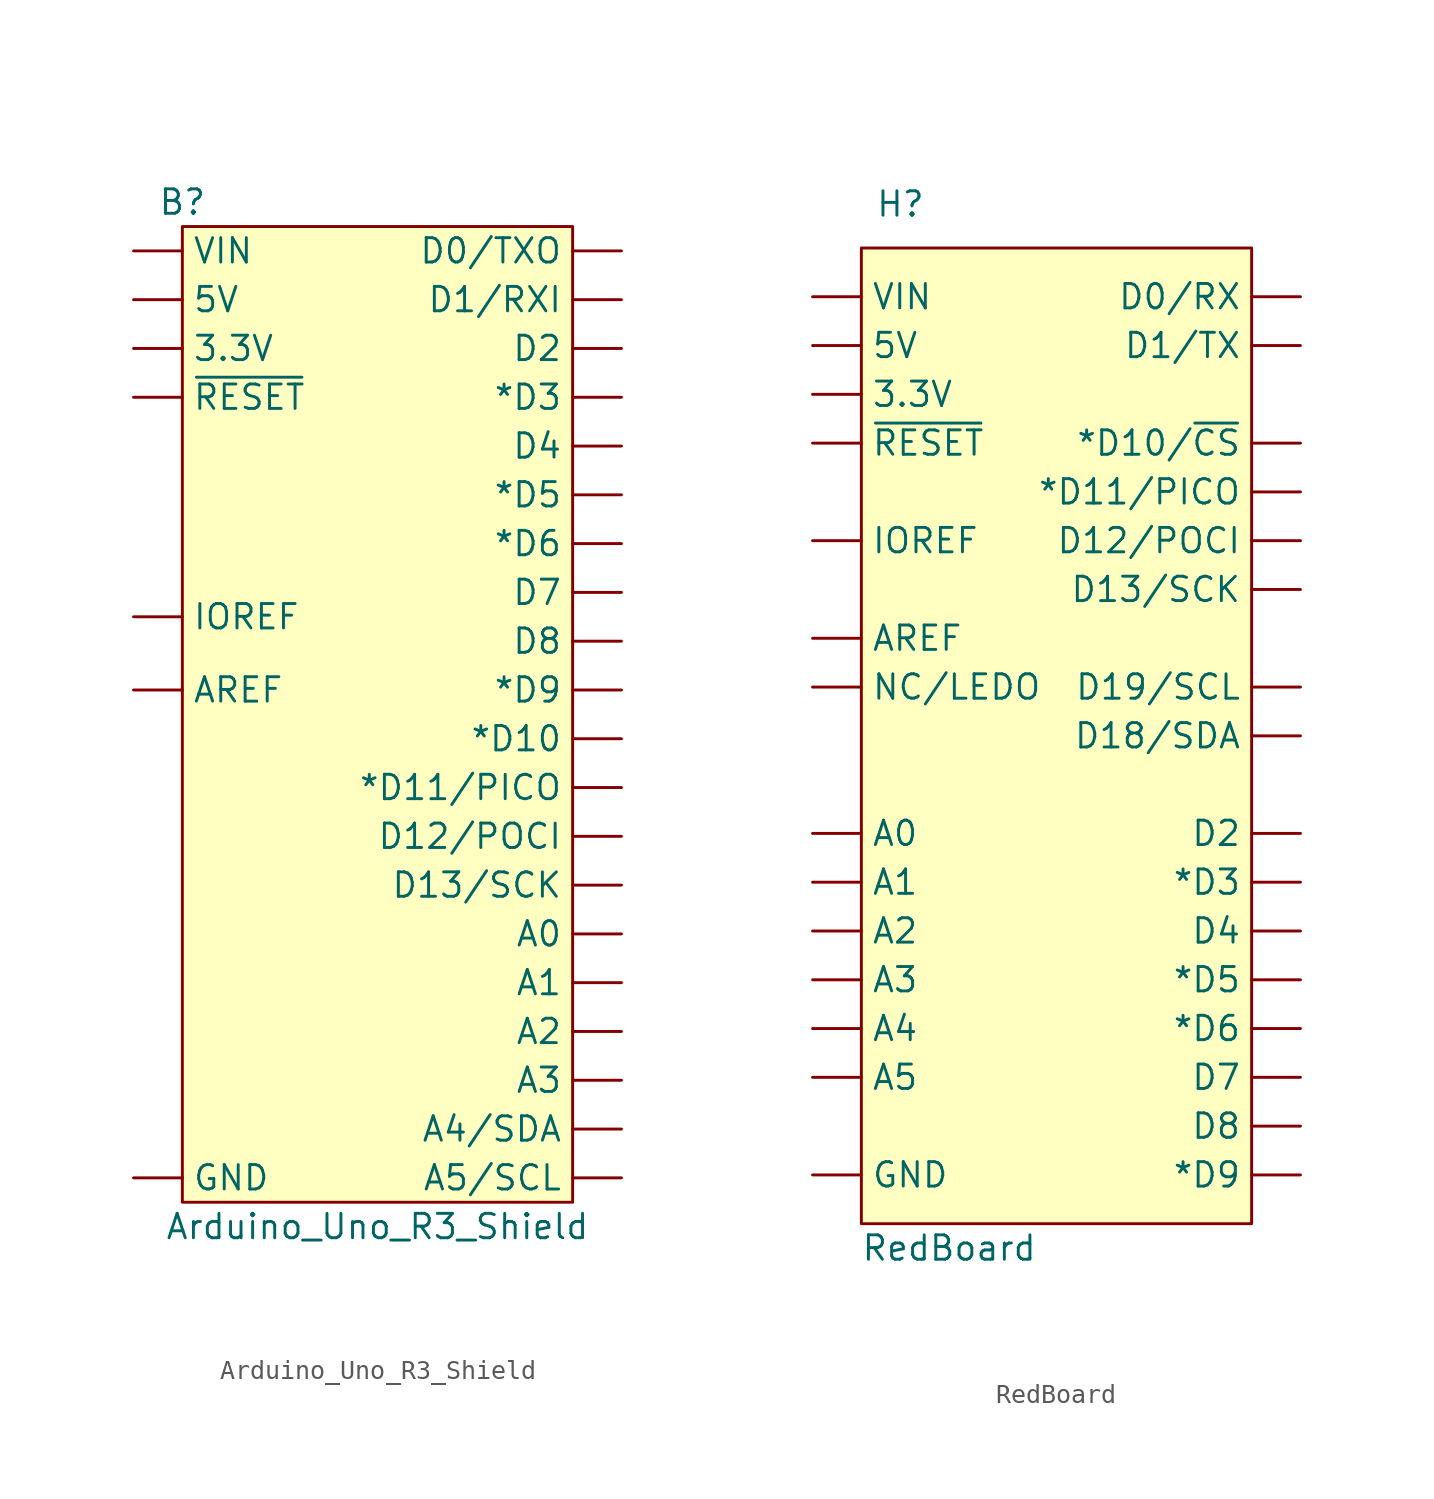
<source format=kicad_sym>
(kicad_symbol_lib
  (version 20231120)
  (generator "kicad_symbol_editor")
  (generator_version "8.0")
  (symbol "Arduino_Uno_R3_Shield"
    (property "Reference" "B"
      (at -10.16 26.67 0)
      (effects (font (size 1.27 1.27))))
    (property "Value" "Arduino_Uno_R3_Shield"
      (at 0 -26.67 0)
      (effects (font (size 1.27 1.27))))
    (symbol "Arduino_Uno_R3_Shield_1_0"
      (pin power_in line (at -12.7 19.05 0) (length 2.54) (name "3.3V" (effects (font (size 1.27 1.27)))) (number "3.3V" (effects (font (size 0 0)))))
      (pin power_in line (at -12.7 21.59 0) (length 2.54) (name "5V" (effects (font (size 1.27 1.27)))) (number "5V" (effects (font (size 0 0)))))
      (pin bidirectional line (at 12.7 -11.43 180) (length 2.54) (name "A0" (effects (font (size 1.27 1.27)))) (number "A0" (effects (font (size 0 0)))))
      (pin bidirectional line (at 12.7 -13.97 180) (length 2.54) (name "A1" (effects (font (size 1.27 1.27)))) (number "A1" (effects (font (size 0 0)))))
      (pin bidirectional line (at 12.7 -16.51 180) (length 2.54) (name "A2" (effects (font (size 1.27 1.27)))) (number "A2" (effects (font (size 0 0)))))
      (pin bidirectional line (at 12.7 -19.05 180) (length 2.54) (name "A3" (effects (font (size 1.27 1.27)))) (number "A3" (effects (font (size 0 0)))))
      (pin bidirectional line (at 12.7 -21.59 180) (length 2.54) (name "A4/SDA" (effects (font (size 1.27 1.27)))) (number "A4/SDA" (effects (font (size 0 0)))))
      (pin bidirectional line (at 12.7 -24.13 180) (length 2.54) (name "A5/SCL" (effects (font (size 1.27 1.27)))) (number "A5/SCL" (effects (font (size 0 0)))))
      (pin bidirectional line (at -12.7 1.27 0) (length 2.54) (name "AREF" (effects (font (size 1.27 1.27)))) (number "AREF" (effects (font (size 0 0)))))
      (pin output line (at 12.7 24.13 180) (length 2.54) (name "D0/TXO" (effects (font (size 1.27 1.27)))) (number "D0/TXO" (effects (font (size 0 0)))))
      (pin input line (at 12.7 21.59 180) (length 2.54) (name "D1/RXI" (effects (font (size 1.27 1.27)))) (number "D1/RXI" (effects (font (size 0 0)))))
      (pin bidirectional line (at 12.7 -1.27 180) (length 2.54) (name "*D10" (effects (font (size 1.27 1.27)))) (number "D10" (effects (font (size 0 0)))))
      (pin bidirectional line (at 12.7 -3.81 180) (length 2.54) (name "*D11/PICO" (effects (font (size 1.27 1.27)))) (number "D11" (effects (font (size 0 0)))))
      (pin bidirectional line (at 12.7 -6.35 180) (length 2.54) (name "D12/POCI" (effects (font (size 1.27 1.27)))) (number "D12" (effects (font (size 0 0)))))
      (pin bidirectional line (at 12.7 -8.89 180) (length 2.54) (name "D13/SCK" (effects (font (size 1.27 1.27)))) (number "D13" (effects (font (size 0 0)))))
      (pin bidirectional line (at 12.7 19.05 180) (length 2.54) (name "D2" (effects (font (size 1.27 1.27)))) (number "D2" (effects (font (size 0 0)))))
      (pin bidirectional line (at 12.7 16.51 180) (length 2.54) (name "*D3" (effects (font (size 1.27 1.27)))) (number "D3" (effects (font (size 0 0)))))
      (pin bidirectional line (at 12.7 13.97 180) (length 2.54) (name "D4" (effects (font (size 1.27 1.27)))) (number "D4" (effects (font (size 0 0)))))
      (pin bidirectional line (at 12.7 11.43 180) (length 2.54) (name "*D5" (effects (font (size 1.27 1.27)))) (number "D5" (effects (font (size 0 0)))))
      (pin bidirectional line (at 12.7 8.89 180) (length 2.54) (name "*D6" (effects (font (size 1.27 1.27)))) (number "D6" (effects (font (size 0 0)))))
      (pin bidirectional line (at 12.7 6.35 180) (length 2.54) (name "D7" (effects (font (size 1.27 1.27)))) (number "D7" (effects (font (size 0 0)))))
      (pin bidirectional line (at 12.7 3.81 180) (length 2.54) (name "D8" (effects (font (size 1.27 1.27)))) (number "D8" (effects (font (size 0 0)))))
      (pin bidirectional line (at 12.7 1.27 180) (length 2.54) (name "*D9" (effects (font (size 1.27 1.27)))) (number "D9" (effects (font (size 0 0)))))
      (pin power_in line (at -12.7 -24.13 0) (length 2.54) (name "GND" (effects (font (size 1.27 1.27)))) (number "GND" (effects (font (size 0 0)))))
      (pin input line (at -12.7 5.08 0) (length 2.54) (name "IOREF" (effects (font (size 1.27 1.27)))) (number "IOREF" (effects (font (size 0 0)))))
      (pin no_connect line (at -12.7 -1.27 0) (length 2.54) hide (name "NC" (effects (font (size 1.27 1.27)))) (number "NC" (effects (font (size 0 0)))))
      (pin power_in line (at -12.7 24.13 0) (length 2.54) (name "VIN" (effects (font (size 1.27 1.27)))) (number "VIN" (effects (font (size 0 0)))))
      (pin input line (at -12.7 16.51 0) (length 2.54) (name "~{RESET}" (effects (font (size 1.27 1.27)))) (number "~{RESET}" (effects (font (size 0 0))))))
    (symbol "Arduino_Uno_R3_Shield_1_1"
      (rectangle (start -10.16 25.4) (end 10.16 -25.4) (stroke (width 0) (type default)) (fill (type background)))))
  (symbol "RedBoard"
    (pin_numbers hide)
    (property "Reference" "H"
      (at -8.128 27.686 0)
      (effects (font (size 1.27 1.27))))
    (property "Value" "RedBoard"
      (at -5.588 -26.67 0)
      (effects (font (size 1.27 1.27))))
    (symbol "RedBoard_1_0"
      (pin power_in line (at -12.7 17.78 0) (length 2.54) (name "3.3V" (effects (font (size 1.27 1.27)))) (number "3.3V" (effects (font (size 0 0)))))
      (pin power_in line (at -12.7 20.32 0) (length 2.54) (name "5V" (effects (font (size 1.27 1.27)))) (number "5V" (effects (font (size 0 0)))))
      (pin bidirectional line (at -12.7 5.08 0) (length 2.54) (name "AREF" (effects (font (size 1.27 1.27)))) (number "AREF" (effects (font (size 0 0)))))
      (pin input line (at -12.7 10.16 0) (length 2.54) (name "IOREF" (effects (font (size 1.27 1.27)))) (number "IOREF" (effects (font (size 0 0)))))
      (pin bidirectional line (at -12.7 2.54 0) (length 2.54) (name "NC/LEDO" (effects (font (size 1.27 1.27)))) (number "NC/LEDO" (effects (font (size 0 0)))))
      (pin input line (at -12.7 15.24 0) (length 2.54) (name "~{RESET}" (effects (font (size 1.27 1.27)))) (number "~{RESET}" (effects (font (size 0 0))))))
    (symbol "RedBoard_1_1"
      (rectangle (start -10.16 25.4) (end 10.16 -25.4) (stroke (width 0) (type default)) (fill (type background)))
      (pin bidirectional line (at -12.7 -5.08 0) (length 2.54) (name "A0" (effects (font (size 1.27 1.27)))) (number "A0" (effects (font (size 1.27 1.27)))))
      (pin bidirectional line (at -12.7 -7.62 0) (length 2.54) (name "A1" (effects (font (size 1.27 1.27)))) (number "A1" (effects (font (size 1.27 1.27)))))
      (pin bidirectional line (at -12.7 -10.16 0) (length 2.54) (name "A2" (effects (font (size 1.27 1.27)))) (number "A2" (effects (font (size 1.27 1.27)))))
      (pin bidirectional line (at -12.7 -12.7 0) (length 2.54) (name "A3" (effects (font (size 1.27 1.27)))) (number "A3" (effects (font (size 1.27 1.27)))))
      (pin bidirectional line (at -12.7 -15.24 0) (length 2.54) (name "A4" (effects (font (size 1.27 1.27)))) (number "A4" (effects (font (size 1.27 1.27)))))
      (pin bidirectional line (at -12.7 -17.78 0) (length 2.54) (name "A5" (effects (font (size 1.27 1.27)))) (number "A5" (effects (font (size 1.27 1.27)))))
      (pin input line (at 12.7 22.86 180) (length 2.54) (name "D0/RX" (effects (font (size 1.27 1.27)))) (number "D0" (effects (font (size 1.27 1.27)))))
      (pin output line (at 12.7 20.32 180) (length 2.54) (name "D1/TX" (effects (font (size 1.27 1.27)))) (number "D1" (effects (font (size 1.27 1.27)))))
      (pin bidirectional line (at 12.7 15.24 180) (length 2.54) (name "*D10/~{CS}" (effects (font (size 1.27 1.27)))) (number "D10" (effects (font (size 1.27 1.27)))))
      (pin bidirectional line (at 12.7 12.7 180) (length 2.54) (name "*D11/PICO" (effects (font (size 1.27 1.27)))) (number "D11" (effects (font (size 1.27 1.27)))))
      (pin bidirectional line (at 12.7 10.16 180) (length 2.54) (name "D12/POCI" (effects (font (size 1.27 1.27)))) (number "D12" (effects (font (size 1.27 1.27)))))
      (pin bidirectional line (at 12.7 7.62 180) (length 2.54) (name "D13/SCK" (effects (font (size 1.27 1.27)))) (number "D13" (effects (font (size 1.27 1.27)))))
      (pin output line (at 12.7 0 180) (length 2.54) (name "D18/SDA" (effects (font (size 1.27 1.27)))) (number "D18" (effects (font (size 1.27 1.27)))))
      (pin bidirectional line (at 12.7 2.54 180) (length 2.54) (name "D19/SCL" (effects (font (size 1.27 1.27)))) (number "D19" (effects (font (size 1.27 1.27)))))
      (pin bidirectional line (at 12.7 -5.08 180) (length 2.54) (name "D2" (effects (font (size 1.27 1.27)))) (number "D2" (effects (font (size 1.27 1.27)))))
      (pin bidirectional line (at 12.7 -7.62 180) (length 2.54) (name "*D3" (effects (font (size 1.27 1.27)))) (number "D3" (effects (font (size 1.27 1.27)))))
      (pin bidirectional line (at 12.7 -10.16 180) (length 2.54) (name "D4" (effects (font (size 1.27 1.27)))) (number "D4" (effects (font (size 1.27 1.27)))))
      (pin bidirectional line (at 12.7 -12.7 180) (length 2.54) (name "*D5" (effects (font (size 1.27 1.27)))) (number "D5" (effects (font (size 1.27 1.27)))))
      (pin bidirectional line (at 12.7 -15.24 180) (length 2.54) (name "*D6" (effects (font (size 1.27 1.27)))) (number "D6" (effects (font (size 1.27 1.27)))))
      (pin bidirectional line (at 12.7 -17.78 180) (length 2.54) (name "D7" (effects (font (size 1.27 1.27)))) (number "D7" (effects (font (size 1.27 1.27)))))
      (pin bidirectional line (at 12.7 -20.32 180) (length 2.54) (name "D8" (effects (font (size 1.27 1.27)))) (number "D8" (effects (font (size 1.27 1.27)))))
      (pin bidirectional line (at 12.7 -22.86 180) (length 2.54) (name "*D9" (effects (font (size 1.27 1.27)))) (number "D9" (effects (font (size 1.27 1.27)))))
      (pin power_in line (at -12.7 -22.86 0) (length 2.54) (name "GND" (effects (font (size 1.27 1.27)))) (number "GND" (effects (font (size 1.27 1.27)))))
      (pin power_in line (at -12.7 -22.86 0) (length 2.54) hide (name "GND" (effects (font (size 1.27 1.27)))) (number "GND" (effects (font (size 1.27 1.27)))))
      (pin power_in line (at -12.7 -22.86 0) (length 2.54) hide (name "GND" (effects (font (size 1.27 1.27)))) (number "GND" (effects (font (size 1.27 1.27)))))
      (pin power_in line (at -12.7 22.86 0) (length 2.54) (name "VIN" (effects (font (size 1.27 1.27)))) (number "VIN" (effects (font (size 1.27 1.27))))))))
</source>
